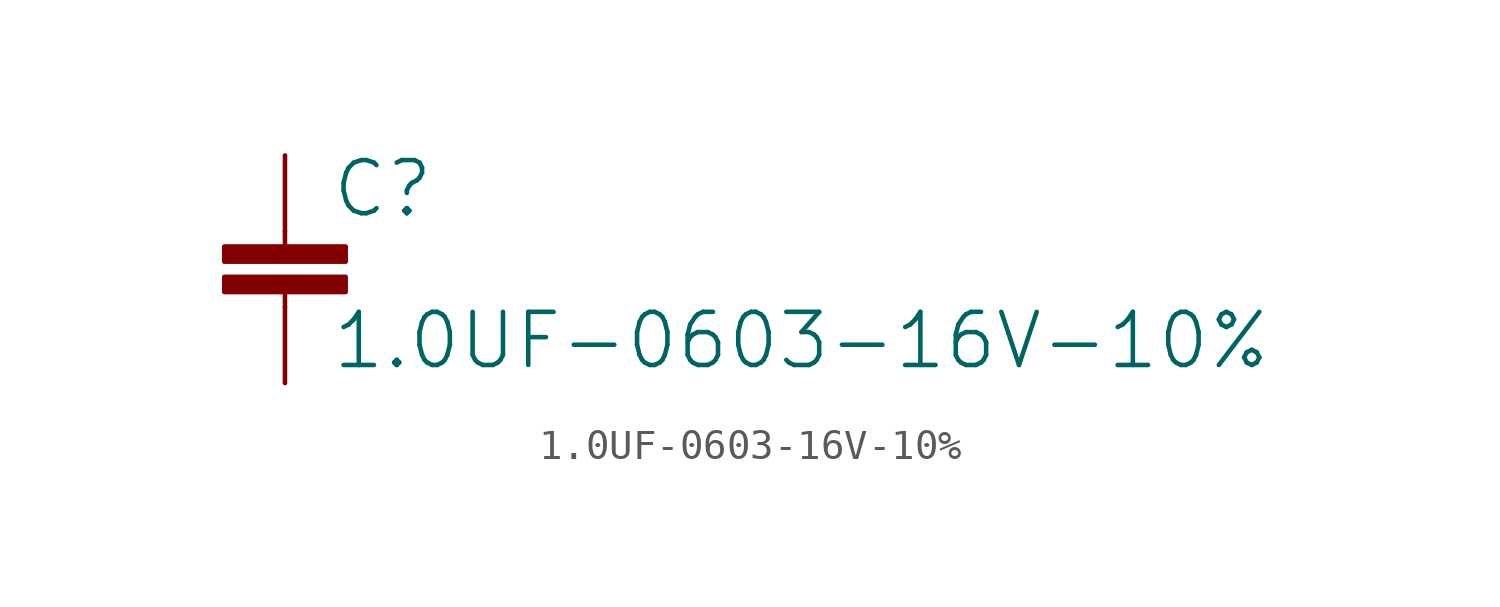
<source format=kicad_sym>
(kicad_symbol_lib
  (version 20211014)
  (generator kicad_symbol_editor)
  (symbol "1.0UF-0603-16V-10%"
    (property "Reference" "C"
      (at 1.524 2.921 0)
      (effects (font (size 1.778 1.778)) (justify left bottom)))
    (property "Value" "1.0UF-0603-16V-10%"
      (at 1.524 -2.159 0)
      (effects (font (size 1.778 1.778)) (justify left bottom)))
    (property "ki_locked" ""
      (at 0 0 0)
      (effects (font (size 1.27 1.27))))
    (symbol "1.0UF-0603-16V-10%_1_0"
      (rectangle (start -2.032 0.508) (end 2.032 1.016) (stroke (width 0) (type default) (color 0 0 0 0)) (fill (type outline)))
      (rectangle (start -2.032 1.524) (end 2.032 2.032) (stroke (width 0) (type default) (color 0 0 0 0)) (fill (type outline)))
      (polyline (pts (xy 0 0) (xy 0 0.508)) (stroke (width 0.152) (type default) (color 0 0 0 0)) (fill (type none)))
      (polyline (pts (xy 0 2.54) (xy 0 2.032)) (stroke (width 0.152) (type default) (color 0 0 0 0)) (fill (type none)))
      (pin passive line (at 0 5.08 270) (length 2.54) (name "1" (effects (font (size 0 0)))) (number "1" (effects (font (size 0 0)))))
      (pin passive line (at 0 -2.54 90) (length 2.54) (name "2" (effects (font (size 0 0)))) (number "2" (effects (font (size 0 0))))))))
</source>
